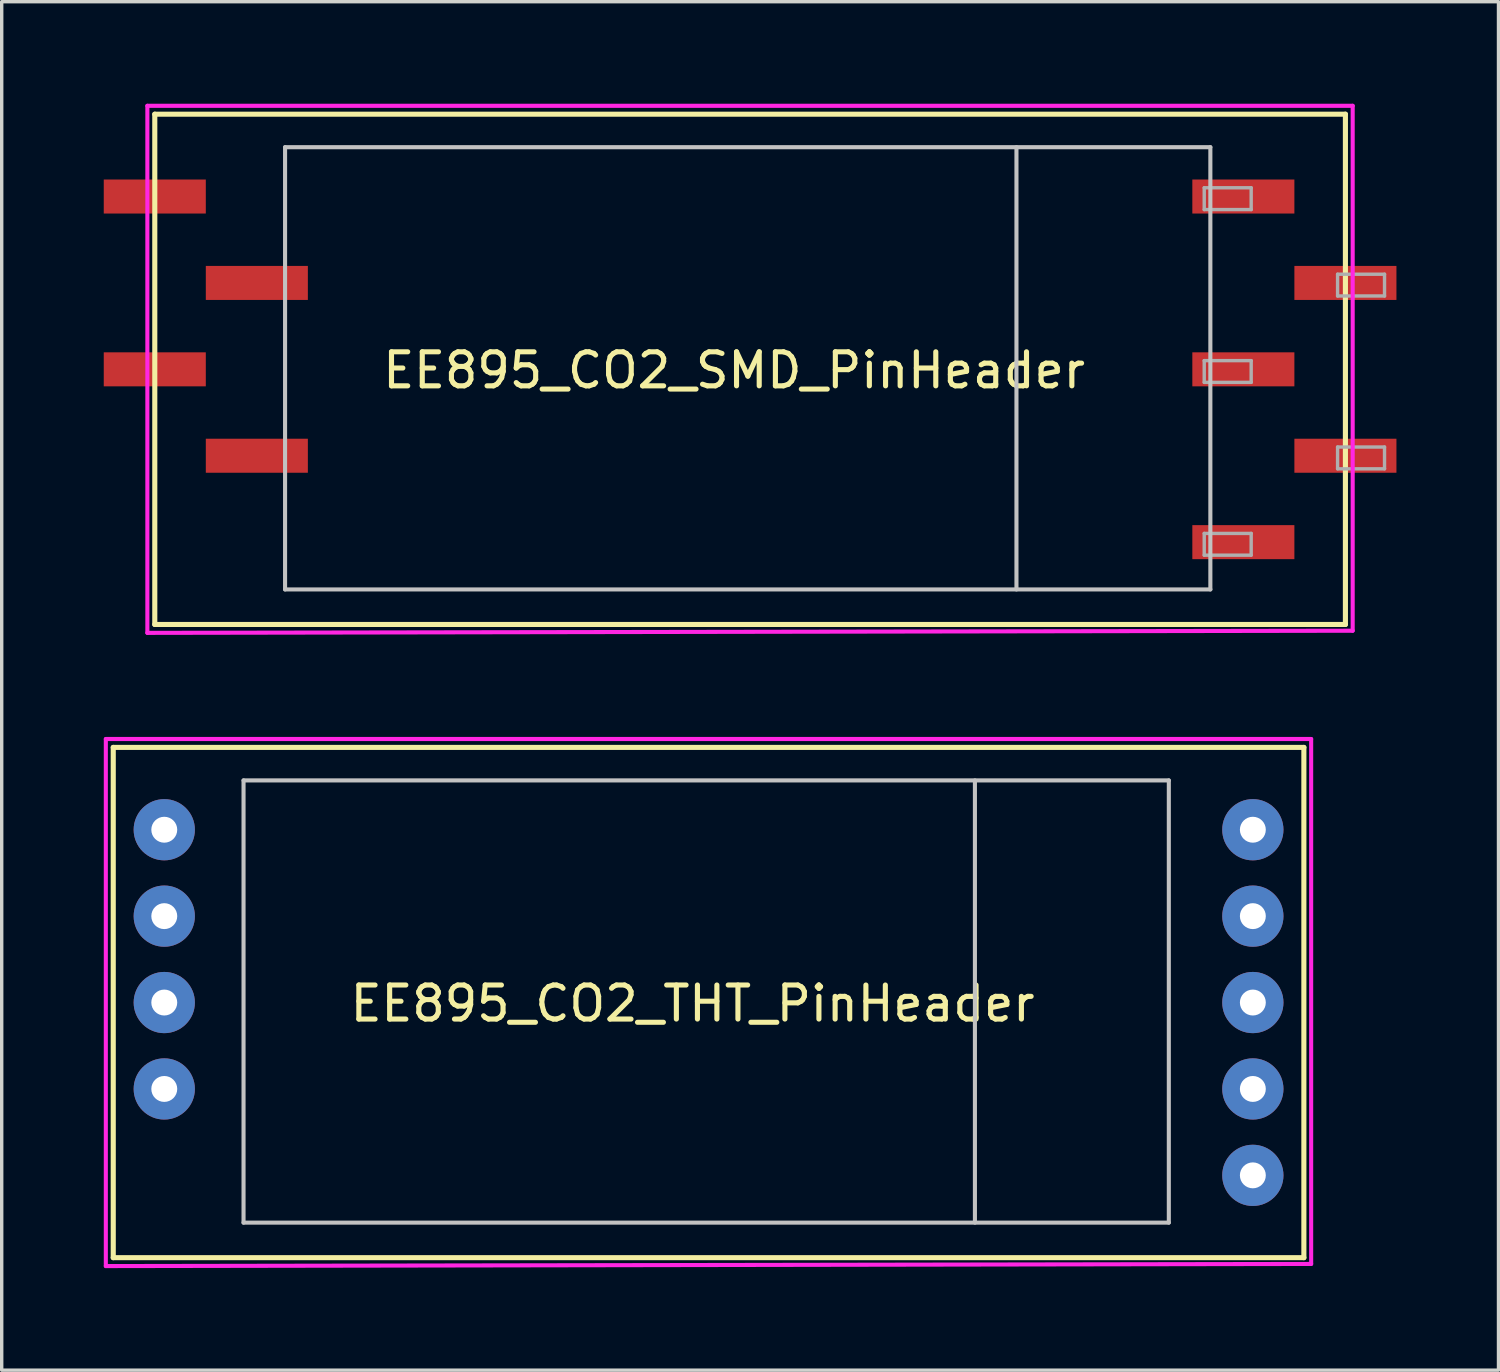
<source format=kicad_pcb>
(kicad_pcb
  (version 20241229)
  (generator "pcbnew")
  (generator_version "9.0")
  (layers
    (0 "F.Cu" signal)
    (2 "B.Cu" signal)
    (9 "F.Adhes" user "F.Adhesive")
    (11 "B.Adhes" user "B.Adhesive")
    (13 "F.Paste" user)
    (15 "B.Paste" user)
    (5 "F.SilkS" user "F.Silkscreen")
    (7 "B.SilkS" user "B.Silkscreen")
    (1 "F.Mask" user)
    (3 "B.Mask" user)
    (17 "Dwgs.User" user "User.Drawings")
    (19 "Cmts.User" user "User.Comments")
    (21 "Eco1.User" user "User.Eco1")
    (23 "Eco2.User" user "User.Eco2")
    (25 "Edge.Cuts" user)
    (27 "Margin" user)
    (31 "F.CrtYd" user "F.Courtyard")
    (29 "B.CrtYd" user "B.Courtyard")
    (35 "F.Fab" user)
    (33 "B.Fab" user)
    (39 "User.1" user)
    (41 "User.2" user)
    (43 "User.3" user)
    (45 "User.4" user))
  (footprint "EE895_CO2_THT_PinHeader"
    (layer "F.Cu")
    (at 33.779 21.341)
    (property "Reference" "EE895_CO2_THT_PinHeader" (at -16.47 5.11 0) (layer "F.SilkS") (effects (font (size 1 1) (thickness 0.15))))
    (attr through_hole)
    (fp_line (start -33.5 -2.42) (end -33.5 12.58) (stroke (width 0.15) (type solid)) (layer "F.SilkS"))
    (fp_line (start -33.5 12.58) (end 1.5 12.58) (stroke (width 0.15) (type solid)) (layer "F.SilkS"))
    (fp_line (start 1.5 -2.42) (end -33.5 -2.42) (stroke (width 0.15) (type solid)) (layer "F.SilkS"))
    (fp_line (start 1.5 12.58) (end 1.5 -2.42) (stroke (width 0.15) (type solid)) (layer "F.SilkS"))
    (fp_line (start -29.67 -1.45) (end -29.67 11.55) (stroke (width 0.12) (type solid)) (layer "Dwgs.User"))
    (fp_line (start -29.67 11.55) (end -2.47 11.55) (stroke (width 0.12) (type solid)) (layer "Dwgs.User"))
    (fp_line (start -8.17 11.55) (end -8.17 -1.45) (stroke (width 0.12) (type solid)) (layer "Dwgs.User"))
    (fp_line (start -2.47 -1.45) (end -29.67 -1.45) (stroke (width 0.12) (type solid)) (layer "Dwgs.User"))
    (fp_line (start -2.47 11.55) (end -2.47 -1.45) (stroke (width 0.12) (type solid)) (layer "Dwgs.User"))
    (fp_line (start -33.718 -2.667) (end -33.718 12.827) (stroke (width 0.12) (type solid)) (layer "F.CrtYd"))
    (fp_line (start -33.718 12.827) (end 1.714 12.764) (stroke (width 0.12) (type solid)) (layer "F.CrtYd"))
    (fp_line (start 1.714 -2.667) (end -33.718 -2.667) (stroke (width 0.12) (type solid)) (layer "F.CrtYd"))
    (fp_line (start 1.714 12.764) (end 1.714 -2.667) (stroke (width 0.12) (type solid)) (layer "F.CrtYd"))
    (pad "1" thru_hole circle (at -32 7.62) (size 1.8 1.8) (drill 0.762) (layers "*.Cu" "*.Mask"))
    (pad "2" thru_hole circle (at -32 5.08) (size 1.8 1.8) (drill 0.762) (layers "*.Cu" "*.Mask"))
    (pad "3" thru_hole circle (at -32 2.54) (size 1.8 1.8) (drill 0.762) (layers "*.Cu" "*.Mask"))
    (pad "4" thru_hole circle (at -32 0) (size 1.8 1.8) (drill 0.762) (layers "*.Cu" "*.Mask"))
    (pad "5" thru_hole circle (at 0 0) (size 1.8 1.8) (drill 0.762) (layers "*.Cu" "*.Mask"))
    (pad "6" thru_hole circle (at 0 2.54) (size 1.8 1.8) (drill 0.762) (layers "*.Cu" "*.Mask"))
    (pad "7" thru_hole circle (at 0 5.08) (size 1.8 1.8) (drill 0.762) (layers "*.Cu" "*.Mask"))
    (pad "8" thru_hole circle (at 0 7.62) (size 1.8 1.8) (drill 0.762) (layers "*.Cu" "*.Mask"))
    (pad "9" thru_hole circle (at 0 10.16) (size 1.8 1.8) (drill 0.762) (layers "*.Cu" "*.Mask")))
  (footprint "EE895_CO2_SMD_PinHeader"
    (layer "F.Cu")
    (at 35 2.727)
    (property "Reference" "EE895_CO2_SMD_PinHeader" (at -16.47 5.11 0) (layer "F.SilkS") (effects (font (size 1 1) (thickness 0.15))))
    (attr through_hole)
    (fp_line (start -33.5 -2.42) (end -33.5 12.58) (stroke (width 0.15) (type solid)) (layer "F.SilkS"))
    (fp_line (start -33.5 12.58) (end 1.5 12.58) (stroke (width 0.15) (type solid)) (layer "F.SilkS"))
    (fp_line (start 1.5 -2.42) (end -33.5 -2.42) (stroke (width 0.15) (type solid)) (layer "F.SilkS"))
    (fp_line (start 1.5 12.58) (end 1.5 -2.42) (stroke (width 0.15) (type solid)) (layer "F.SilkS"))
    (fp_line (start -29.67 -1.45) (end -29.67 11.55) (stroke (width 0.12) (type solid)) (layer "Dwgs.User"))
    (fp_line (start -29.67 11.55) (end -2.47 11.55) (stroke (width 0.12) (type solid)) (layer "Dwgs.User"))
    (fp_line (start -8.17 11.55) (end -8.17 -1.45) (stroke (width 0.12) (type solid)) (layer "Dwgs.User"))
    (fp_line (start -2.47 -1.45) (end -29.67 -1.45) (stroke (width 0.12) (type solid)) (layer "Dwgs.User"))
    (fp_line (start -2.47 11.55) (end -2.47 -1.45) (stroke (width 0.12) (type solid)) (layer "Dwgs.User"))
    (fp_line (start -33.718 -2.667) (end -33.718 12.827) (stroke (width 0.12) (type solid)) (layer "F.CrtYd"))
    (fp_line (start -33.718 12.827) (end 1.714 12.764) (stroke (width 0.12) (type solid)) (layer "F.CrtYd"))
    (fp_line (start 1.714 -2.667) (end -33.718 -2.667) (stroke (width 0.12) (type solid)) (layer "F.CrtYd"))
    (fp_line (start 1.714 12.764) (end 1.714 -2.667) (stroke (width 0.12) (type solid)) (layer "F.CrtYd"))
    (fp_line (start -2.65 -0.257) (end -1.27 -0.257) (stroke (width 0.1) (type solid)) (layer "F.Fab"))
    (fp_line (start -2.65 0.384) (end -2.65 -0.257) (stroke (width 0.1) (type solid)) (layer "F.Fab"))
    (fp_line (start -2.65 4.824) (end -1.27 4.824) (stroke (width 0.1) (type solid)) (layer "F.Fab"))
    (fp_line (start -2.65 5.463) (end -2.65 4.824) (stroke (width 0.1) (type solid)) (layer "F.Fab"))
    (fp_line (start -2.65 9.903) (end -1.27 9.903) (stroke (width 0.1) (type solid)) (layer "F.Fab"))
    (fp_line (start -2.65 10.543) (end -2.65 9.903) (stroke (width 0.1) (type solid)) (layer "F.Fab"))
    (fp_line (start -1.27 -0.257) (end -1.27 0.384) (stroke (width 0.1) (type solid)) (layer "F.Fab"))
    (fp_line (start -1.27 0.384) (end -2.65 0.384) (stroke (width 0.1) (type solid)) (layer "F.Fab"))
    (fp_line (start -1.27 4.824) (end -1.27 5.463) (stroke (width 0.1) (type solid)) (layer "F.Fab"))
    (fp_line (start -1.27 5.463) (end -2.65 5.463) (stroke (width 0.1) (type solid)) (layer "F.Fab"))
    (fp_line (start -1.27 9.903) (end -1.27 10.543) (stroke (width 0.1) (type solid)) (layer "F.Fab"))
    (fp_line (start -1.27 10.543) (end -2.65 10.543) (stroke (width 0.1) (type solid)) (layer "F.Fab"))
    (fp_line (start 1.27 2.284) (end 1.27 2.924) (stroke (width 0.1) (type solid)) (layer "F.Fab"))
    (fp_line (start 1.27 2.924) (end 2.65 2.924) (stroke (width 0.1) (type solid)) (layer "F.Fab"))
    (fp_line (start 1.27 7.364) (end 1.27 8.004) (stroke (width 0.1) (type solid)) (layer "F.Fab"))
    (fp_line (start 1.27 8.004) (end 2.65 8.004) (stroke (width 0.1) (type solid)) (layer "F.Fab"))
    (fp_line (start 2.65 2.284) (end 1.27 2.284) (stroke (width 0.1) (type solid)) (layer "F.Fab"))
    (fp_line (start 2.65 2.924) (end 2.65 2.284) (stroke (width 0.1) (type solid)) (layer "F.Fab"))
    (fp_line (start 2.65 7.364) (end 1.27 7.364) (stroke (width 0.1) (type solid)) (layer "F.Fab"))
    (fp_line (start 2.65 8.004) (end 2.65 7.364) (stroke (width 0.1) (type solid)) (layer "F.Fab"))
    (pad "1" smd rect (at -30.5 7.62) (size 3 1) (layers "F.Cu" "F.Mask" "F.Paste"))
    (pad "2" smd rect (at -33.5 5.08) (size 3 1) (layers "F.Cu" "F.Mask" "F.Paste"))
    (pad "3" smd rect (at -30.5 2.54) (size 3 1) (layers "F.Cu" "F.Mask" "F.Paste"))
    (pad "4" smd rect (at -33.5 0) (size 3 1) (layers "F.Cu" "F.Mask" "F.Paste"))
    (pad "5" smd rect (at -1.5 0) (size 3 1) (layers "F.Cu" "F.Mask" "F.Paste"))
    (pad "6" smd rect (at 1.5 2.54) (size 3 1) (layers "F.Cu" "F.Mask" "F.Paste"))
    (pad "7" smd rect (at -1.5 5.08) (size 3 1) (layers "F.Cu" "F.Mask" "F.Paste"))
    (pad "8" smd rect (at 1.5 7.62) (size 3 1) (layers "F.Cu" "F.Mask" "F.Paste"))
    (pad "9" smd rect (at -1.5 10.16) (size 3 1) (layers "F.Cu" "F.Mask" "F.Paste")))
  (gr_rect
    (start -3 -3)
    (end 41 37.228)
    (stroke (width 0.1) (type default))
    (fill no)
    (layer "Edge.Cuts")))
</source>
